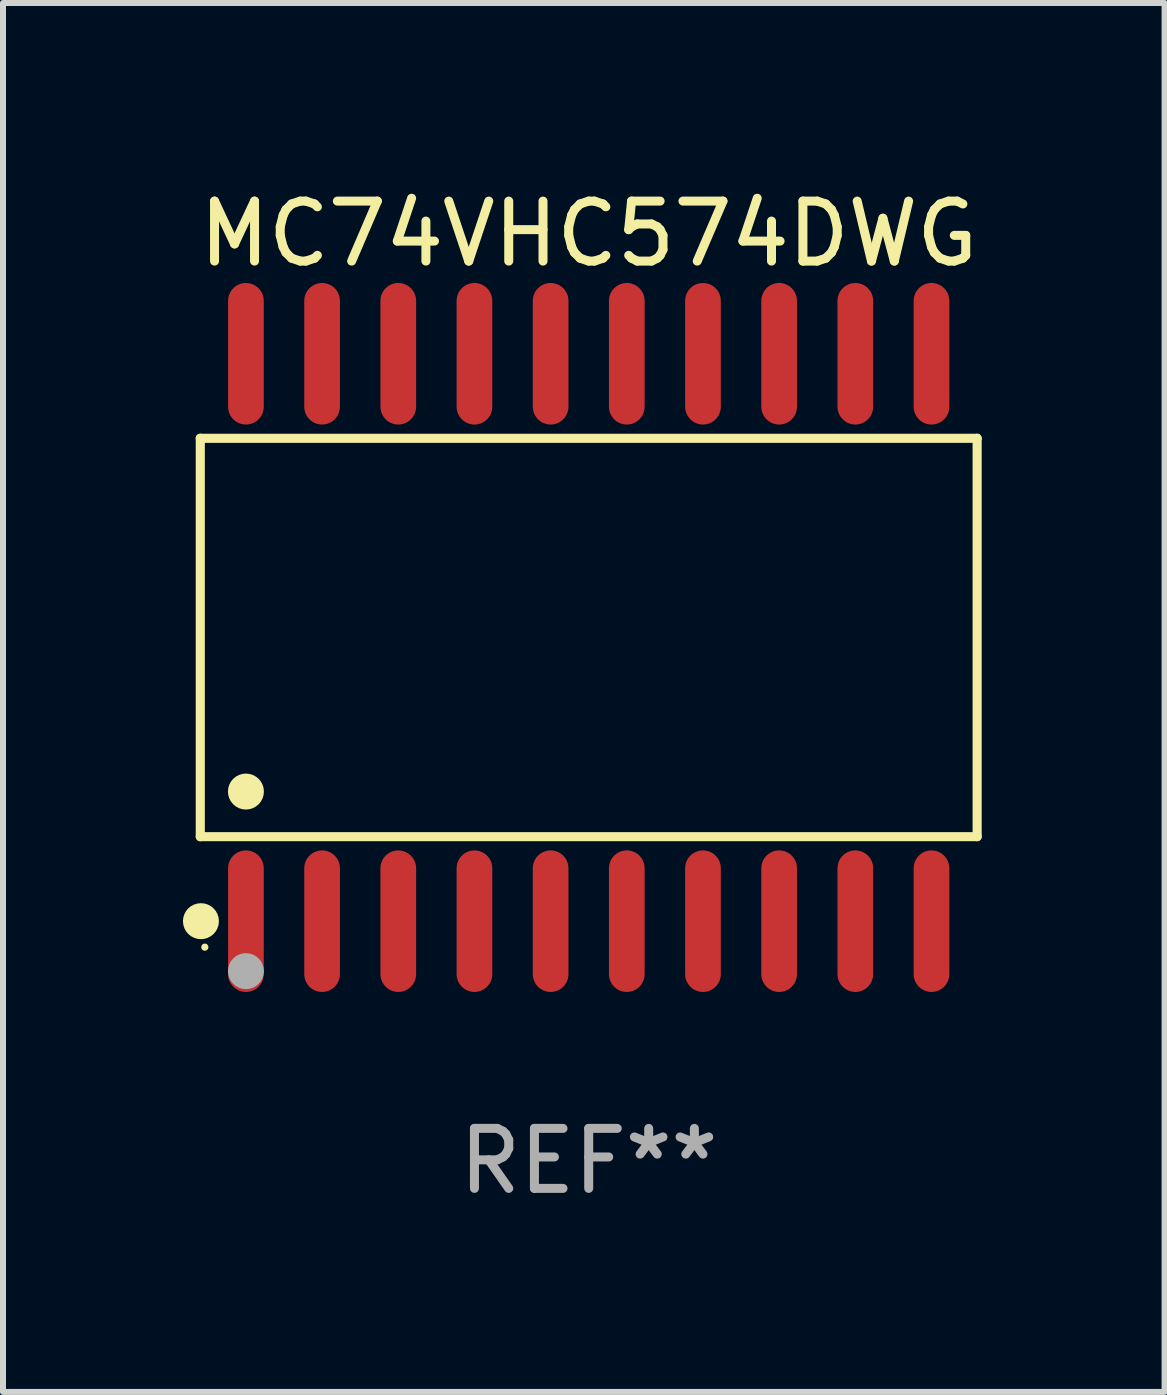
<source format=kicad_pcb>
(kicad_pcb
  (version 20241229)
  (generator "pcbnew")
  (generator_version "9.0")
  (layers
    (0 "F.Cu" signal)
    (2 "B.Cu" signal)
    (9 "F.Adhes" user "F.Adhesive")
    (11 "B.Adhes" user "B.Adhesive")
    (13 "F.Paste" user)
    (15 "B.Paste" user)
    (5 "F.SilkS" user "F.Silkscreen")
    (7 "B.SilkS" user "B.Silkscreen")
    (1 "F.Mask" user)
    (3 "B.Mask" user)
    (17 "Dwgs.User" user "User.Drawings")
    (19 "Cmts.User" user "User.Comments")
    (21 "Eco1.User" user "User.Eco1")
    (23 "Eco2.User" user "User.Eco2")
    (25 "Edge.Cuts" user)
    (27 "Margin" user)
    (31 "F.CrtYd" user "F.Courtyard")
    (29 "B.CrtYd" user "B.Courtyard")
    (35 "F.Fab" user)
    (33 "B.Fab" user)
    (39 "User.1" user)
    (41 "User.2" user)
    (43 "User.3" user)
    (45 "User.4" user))
  (footprint "MC74VHC574DWG"
    (layer "F.Cu")
    (at 6.765 7.578)
    (property "Reference" "MC74VHC574DWG" (at 0 -6.73 0) (layer "F.SilkS") (effects (font (size 1 1) (thickness 0.15))))
    (attr through_hole)
    (fp_line (start -6.476 -3.321) (end 6.476 -3.321) (stroke (width 0.152) (type solid)) (layer "F.SilkS"))
    (fp_line (start -6.476 3.321) (end -6.476 -3.321) (stroke (width 0.152) (type solid)) (layer "F.SilkS"))
    (fp_line (start 6.476 -3.321) (end 6.476 3.321) (stroke (width 0.152) (type solid)) (layer "F.SilkS"))
    (fp_line (start 6.476 3.321) (end -6.476 3.321) (stroke (width 0.152) (type solid)) (layer "F.SilkS"))
    (fp_circle (center -6.465 4.73) (end -6.315 4.73) (stroke (width 0.3) (type solid)) (fill no) (layer "F.SilkS"))
    (fp_circle (center -6.4 5.163) (end -6.37 5.163) (stroke (width 0.06) (type solid)) (fill no) (layer "F.SilkS"))
    (fp_circle (center -5.715 2.569) (end -5.565 2.569) (stroke (width 0.3) (type solid)) (fill no) (layer "F.SilkS"))
    (fp_circle (center -5.715 5.563) (end -5.565 5.563) (stroke (width 0.3) (type solid)) (fill no) (layer "F.Fab"))
    (fp_text user "REF**" (at 0 8.73 0) (layer "F.Fab") (effects (font (size 1 1) (thickness 0.15))))
    (pad "1" smd oval (at -5.715 4.73) (size 0.595 2.36) (layers "F.Cu" "F.Mask" "F.Paste"))
    (pad "2" smd oval (at -4.445 4.73) (size 0.595 2.36) (layers "F.Cu" "F.Mask" "F.Paste"))
    (pad "3" smd oval (at -3.175 4.73) (size 0.595 2.36) (layers "F.Cu" "F.Mask" "F.Paste"))
    (pad "4" smd oval (at -1.905 4.73) (size 0.595 2.36) (layers "F.Cu" "F.Mask" "F.Paste"))
    (pad "5" smd oval (at -0.635 4.73) (size 0.595 2.36) (layers "F.Cu" "F.Mask" "F.Paste"))
    (pad "6" smd oval (at 0.635 4.73) (size 0.595 2.36) (layers "F.Cu" "F.Mask" "F.Paste"))
    (pad "7" smd oval (at 1.905 4.73) (size 0.595 2.36) (layers "F.Cu" "F.Mask" "F.Paste"))
    (pad "8" smd oval (at 3.175 4.73) (size 0.595 2.36) (layers "F.Cu" "F.Mask" "F.Paste"))
    (pad "9" smd oval (at 4.445 4.73) (size 0.595 2.36) (layers "F.Cu" "F.Mask" "F.Paste"))
    (pad "10" smd oval (at 5.715 4.73) (size 0.595 2.36) (layers "F.Cu" "F.Mask" "F.Paste"))
    (pad "11" smd oval (at 5.715 -4.73) (size 0.595 2.36) (layers "F.Cu" "F.Mask" "F.Paste"))
    (pad "12" smd oval (at 4.445 -4.73) (size 0.595 2.36) (layers "F.Cu" "F.Mask" "F.Paste"))
    (pad "13" smd oval (at 3.175 -4.73) (size 0.595 2.36) (layers "F.Cu" "F.Mask" "F.Paste"))
    (pad "14" smd oval (at 1.905 -4.73) (size 0.595 2.36) (layers "F.Cu" "F.Mask" "F.Paste"))
    (pad "15" smd oval (at 0.635 -4.73) (size 0.595 2.36) (layers "F.Cu" "F.Mask" "F.Paste"))
    (pad "16" smd oval (at -0.635 -4.73) (size 0.595 2.36) (layers "F.Cu" "F.Mask" "F.Paste"))
    (pad "17" smd oval (at -1.905 -4.73) (size 0.595 2.36) (layers "F.Cu" "F.Mask" "F.Paste"))
    (pad "18" smd oval (at -3.175 -4.73) (size 0.595 2.36) (layers "F.Cu" "F.Mask" "F.Paste"))
    (pad "19" smd oval (at -4.445 -4.73) (size 0.595 2.36) (layers "F.Cu" "F.Mask" "F.Paste"))
    (pad "20" smd oval (at -5.715 -4.73) (size 0.595 2.36) (layers "F.Cu" "F.Mask" "F.Paste")))
  (gr_rect
    (start -3 -3)
    (end 16.366 20.156)
    (stroke (width 0.1) (type default))
    (fill no)
    (layer "Edge.Cuts")))
</source>
